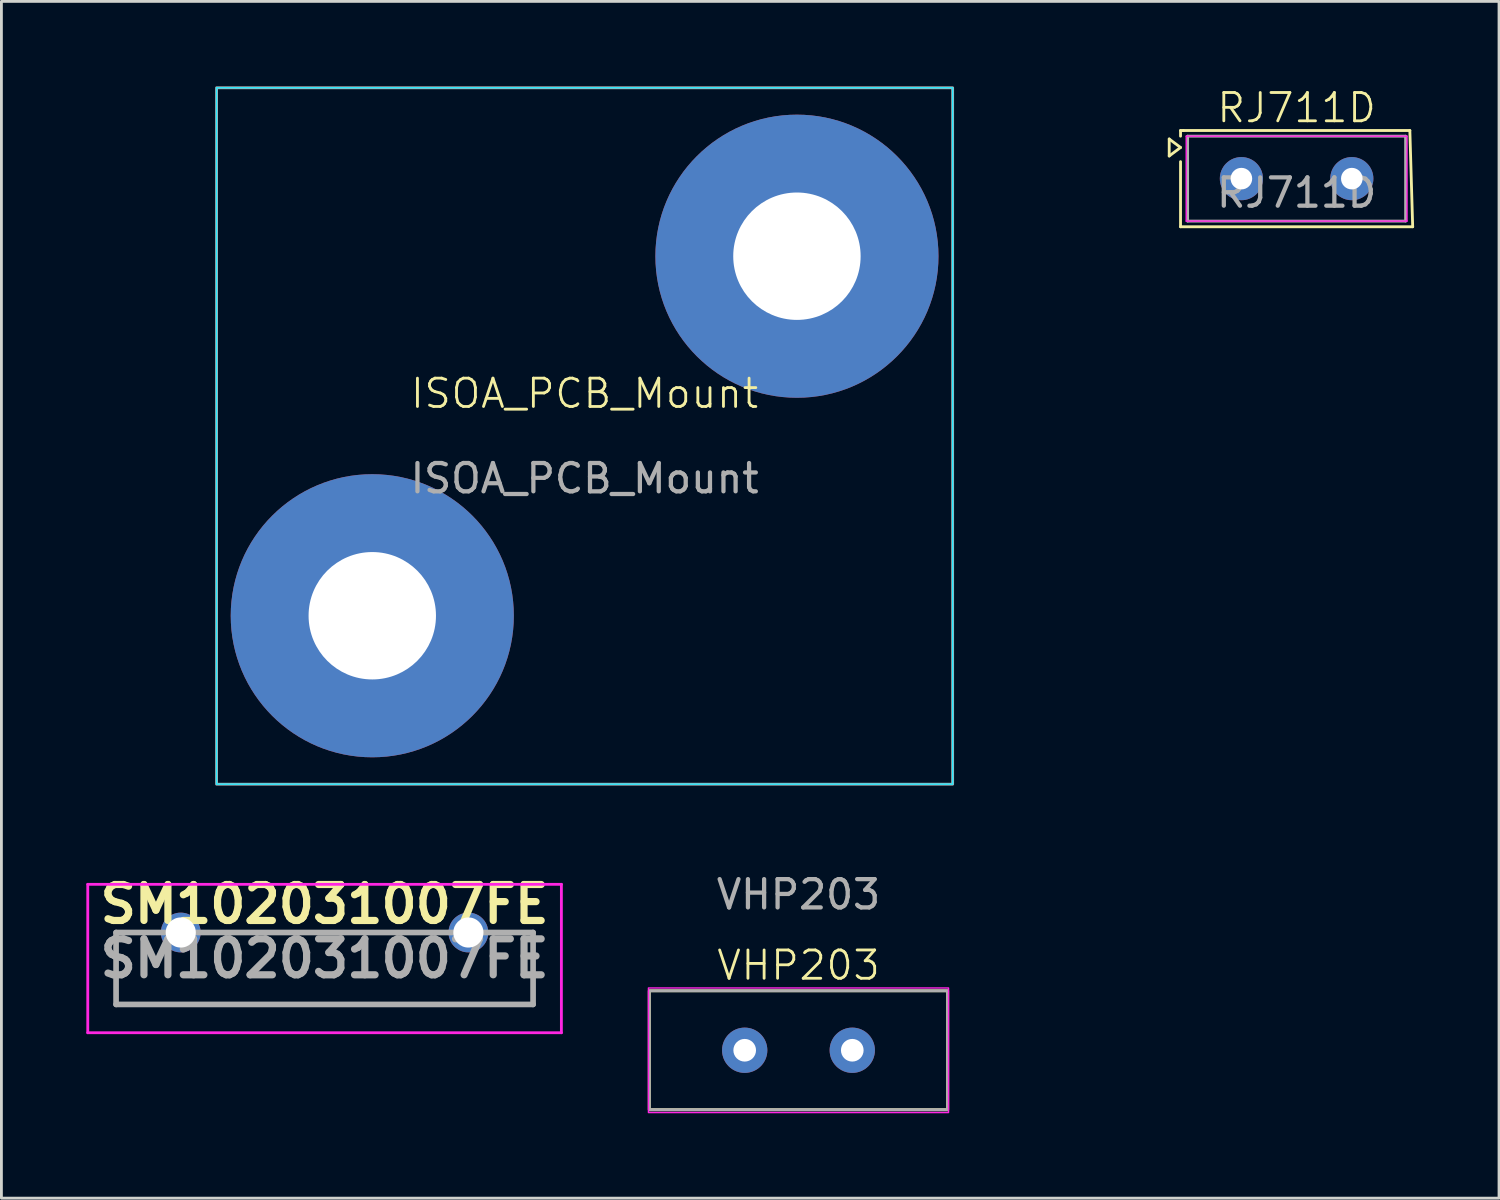
<source format=kicad_pcb>
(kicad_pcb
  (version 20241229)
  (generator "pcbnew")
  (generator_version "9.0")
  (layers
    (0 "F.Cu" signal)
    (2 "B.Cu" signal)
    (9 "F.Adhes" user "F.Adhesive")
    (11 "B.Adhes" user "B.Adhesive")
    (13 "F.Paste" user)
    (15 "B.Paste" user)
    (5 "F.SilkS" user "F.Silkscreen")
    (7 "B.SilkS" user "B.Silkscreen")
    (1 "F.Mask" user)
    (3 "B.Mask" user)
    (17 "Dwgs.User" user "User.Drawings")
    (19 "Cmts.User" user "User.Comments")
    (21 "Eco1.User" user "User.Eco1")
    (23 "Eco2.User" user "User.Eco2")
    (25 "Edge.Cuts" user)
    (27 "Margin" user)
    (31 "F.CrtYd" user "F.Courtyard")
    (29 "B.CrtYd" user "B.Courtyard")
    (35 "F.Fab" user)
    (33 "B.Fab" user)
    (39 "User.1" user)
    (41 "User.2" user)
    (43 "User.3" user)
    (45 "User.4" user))
  (footprint "SM102031007FE"
    (layer "F.Cu")
    (at 3.335 29.889)
    (property "Reference" "SM102031007FE" (at 5.08 -1 0) (layer "F.SilkS") (effects (font (size 1.27 1.27) (thickness 0.254))))
    (attr through_hole)
    (fp_line (start -2.285 0) (end -2.285 2.54) (stroke (width 0.1) (type solid)) (layer "F.SilkS"))
    (fp_line (start -2.285 2.54) (end 12.445 2.54) (stroke (width 0.1) (type solid)) (layer "F.SilkS"))
    (fp_line (start 12.445 2.54) (end 12.445 0) (stroke (width 0.1) (type solid)) (layer "F.SilkS"))
    (fp_line (start -3.285 -1.702) (end 13.445 -1.702) (stroke (width 0.1) (type solid)) (layer "F.CrtYd"))
    (fp_line (start -3.285 3.54) (end -3.285 -1.702) (stroke (width 0.1) (type solid)) (layer "F.CrtYd"))
    (fp_line (start 13.445 -1.702) (end 13.445 3.54) (stroke (width 0.1) (type solid)) (layer "F.CrtYd"))
    (fp_line (start 13.445 3.54) (end -3.285 3.54) (stroke (width 0.1) (type solid)) (layer "F.CrtYd"))
    (fp_line (start -2.285 0) (end 12.445 0) (stroke (width 0.2) (type solid)) (layer "F.Fab"))
    (fp_line (start -2.285 2.54) (end -2.285 0) (stroke (width 0.2) (type solid)) (layer "F.Fab"))
    (fp_line (start 12.445 0) (end 12.445 2.54) (stroke (width 0.2) (type solid)) (layer "F.Fab"))
    (fp_line (start 12.445 2.54) (end -2.285 2.54) (stroke (width 0.2) (type solid)) (layer "F.Fab"))
    (fp_text user "${REFERENCE}" (at 5.08 0.919 0) (layer "F.Fab") (effects (font (size 1.27 1.27) (thickness 0.254))))
    (pad "1" thru_hole circle (at 0 0) (size 1.404 1.404) (drill 1.064) (layers "*.Cu" "*.Mask"))
    (pad "2" thru_hole circle (at 10.16 0) (size 1.404 1.404) (drill 1.064) (layers "*.Cu" "*.Mask")))
  (footprint "RJ711D"
    (layer "F.Cu")
    (at 42.75 3.26)
    (property "Reference" "RJ711D" (at 0 -2.5 0) (unlocked yes) (layer "F.SilkS") (effects (font (size 1 1) (thickness 0.1))))
    (attr through_hole)
    (fp_line (start -4.5 -1.4) (end -4.5 -0.8) (stroke (width 0.1) (type default)) (layer "F.SilkS"))
    (fp_line (start -4.5 -0.8) (end -4.1 -1.1) (stroke (width 0.1) (type default)) (layer "F.SilkS"))
    (fp_line (start -4.1 -1.7) (end -4.1 -1.5) (stroke (width 0.1) (type default)) (layer "F.SilkS"))
    (fp_line (start -4.1 -1.1) (end -4.5 -1.4) (stroke (width 0.1) (type default)) (layer "F.SilkS"))
    (fp_line (start -4.1 1.7) (end -4.1 -0.6) (stroke (width 0.1) (type default)) (layer "F.SilkS"))
    (fp_line (start -4 -1.7) (end -4.1 -1.7) (stroke (width 0.1) (type default)) (layer "F.SilkS"))
    (fp_line (start -4 -1.7) (end 4 -1.7) (stroke (width 0.1) (type default)) (layer "F.SilkS"))
    (fp_line (start 4 -1.7) (end 4.1 1.7) (stroke (width 0.1) (type default)) (layer "F.SilkS"))
    (fp_line (start 4.1 1.7) (end -4.1 1.7) (stroke (width 0.1) (type default)) (layer "F.SilkS"))
    (fp_line (start -3.9 -1.5) (end 3.9 -1.5) (stroke (width 0.05) (type default)) (layer "F.CrtYd"))
    (fp_line (start -3.9 1.5) (end -3.9 -1.5) (stroke (width 0.05) (type default)) (layer "F.CrtYd"))
    (fp_line (start 3.9 -1.5) (end 3.9 1.5) (stroke (width 0.05) (type default)) (layer "F.CrtYd"))
    (fp_line (start 3.9 1.5) (end -3.9 1.5) (stroke (width 0.05) (type default)) (layer "F.CrtYd"))
    (fp_line (start -3.85 -1.5) (end -3.85 1.5) (stroke (width 0.1) (type default)) (layer "F.Fab"))
    (fp_line (start -3.85 -1.5) (end 3.85 -1.5) (stroke (width 0.1) (type default)) (layer "F.Fab"))
    (fp_line (start -3.85 1.5) (end 3.85 1.5) (stroke (width 0.1) (type default)) (layer "F.Fab"))
    (fp_line (start 3.85 1.5) (end 3.85 -1.5) (stroke (width 0.1) (type default)) (layer "F.Fab"))
    (fp_text user "${REFERENCE}" (at 0 0.5 0) (unlocked yes) (layer "F.Fab") (effects (font (size 1 1) (thickness 0.15))))
    (pad "1" thru_hole circle (at -1.95 0) (size 1.524 1.524) (drill 0.762) (layers "*.Cu" "*.Mask"))
    (pad "2" thru_hole circle (at 1.95 0) (size 1.524 1.524) (drill 0.762) (layers "*.Cu" "*.Mask")))
  (footprint "VHP203"
    (layer "F.Cu")
    (at 25.155 34.048)
    (property "Reference" "VHP203" (at 0 -3 0) (unlocked yes) (layer "F.SilkS") (effects (font (size 1 1) (thickness 0.1))))
    (attr through_hole)
    (fp_rect (start -5.27 -2.1) (end 5.27 2.1) (stroke (width 0.1) (type solid)) (fill no) (layer "F.SilkS"))
    (fp_rect (start -5.3 -2.2) (end 5.3 2.2) (stroke (width 0.05) (type default)) (fill no) (layer "F.CrtYd"))
    (fp_rect (start -5.27 -2.1) (end 5.27 2.1) (stroke (width 0.1) (type solid)) (fill no) (layer "F.Fab"))
    (fp_text user "${REFERENCE}" (at 0 -5.5 0) (unlocked yes) (layer "F.Fab") (effects (font (size 1 1) (thickness 0.15))))
    (pad "1" thru_hole circle (at -1.9 0) (size 1.6 1.6) (drill 0.8) (layers "*.Cu" "*.Mask"))
    (pad "2" thru_hole circle (at 1.9 0) (size 1.6 1.6) (drill 0.8) (layers "*.Cu" "*.Mask")))
  (footprint "ISOA_PCB_Mount"
    (layer "F.Cu")
    (at 17.6 12.35)
    (property "Reference" "ISOA_PCB_Mount" (at 0 -1.5 0) (unlocked yes) (layer "F.SilkS") (effects (font (size 1 1) (thickness 0.1))))
    (attr through_hole)
    (fp_rect (start -13 -12.3) (end 13 12.3) (stroke (width 0.05) (type solid)) (fill no) (layer "B.CrtYd"))
    (fp_rect (start -13 -12.3) (end 13 12.3) (stroke (width 0.1) (type default)) (fill no) (layer "F.Fab"))
    (fp_circle (center -15.15 0) (end -12.75 0) (stroke (width 0.1) (type solid)) (fill no) (layer "User.1"))
    (fp_circle (center 15.15 0) (end 17.55 0) (stroke (width 0.1) (type solid)) (fill no) (layer "User.1"))
    (fp_text user "${REFERENCE}" (at 0 1.5 0) (unlocked yes) (layer "F.Fab") (effects (font (size 1 1) (thickness 0.15))))
    (pad "1" thru_hole circle (at -7.5 6.35) (size 10 10) (drill 4.5) (layers "*.Cu" "*.Mask"))
    (pad "2" thru_hole circle (at 7.5 -6.35) (size 10 10) (drill 4.5) (layers "*.Cu" "*.Mask")))
  (gr_rect
    (start -3 -3)
    (end 49.9 39.273)
    (stroke (width 0.1) (type default))
    (fill no)
    (layer "Edge.Cuts")))
</source>
